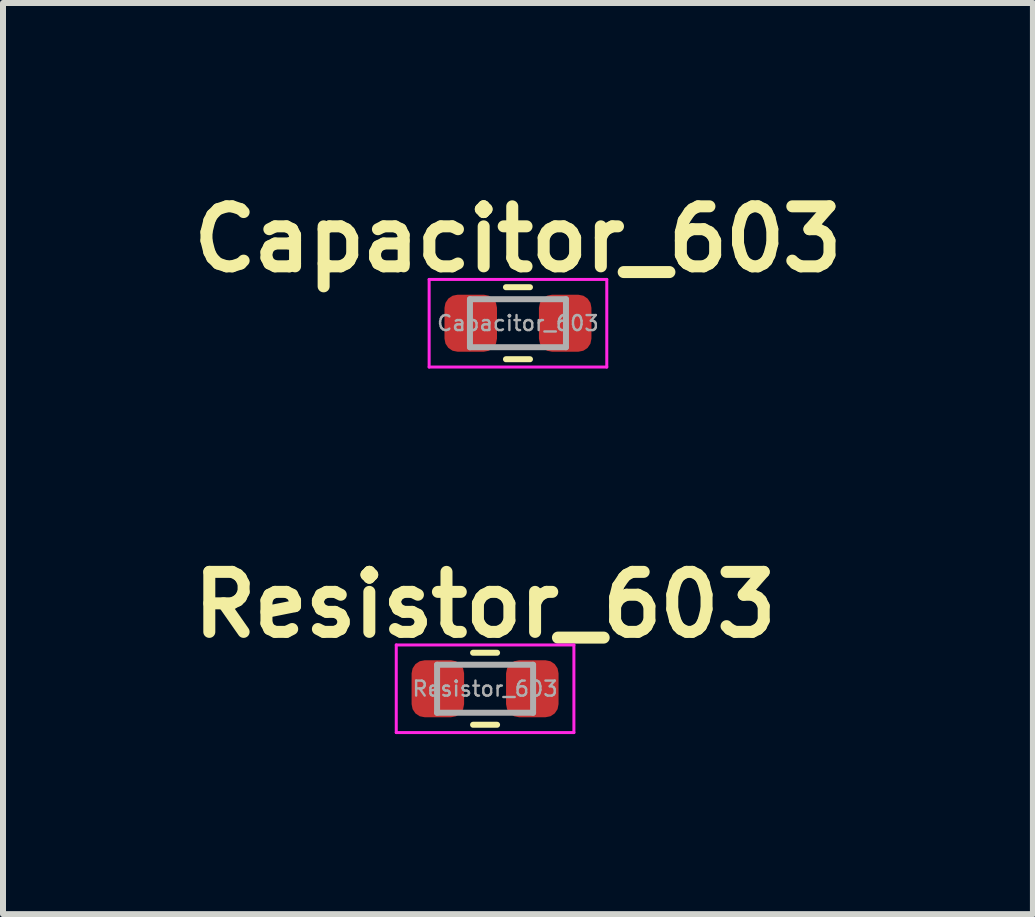
<source format=kicad_pcb>
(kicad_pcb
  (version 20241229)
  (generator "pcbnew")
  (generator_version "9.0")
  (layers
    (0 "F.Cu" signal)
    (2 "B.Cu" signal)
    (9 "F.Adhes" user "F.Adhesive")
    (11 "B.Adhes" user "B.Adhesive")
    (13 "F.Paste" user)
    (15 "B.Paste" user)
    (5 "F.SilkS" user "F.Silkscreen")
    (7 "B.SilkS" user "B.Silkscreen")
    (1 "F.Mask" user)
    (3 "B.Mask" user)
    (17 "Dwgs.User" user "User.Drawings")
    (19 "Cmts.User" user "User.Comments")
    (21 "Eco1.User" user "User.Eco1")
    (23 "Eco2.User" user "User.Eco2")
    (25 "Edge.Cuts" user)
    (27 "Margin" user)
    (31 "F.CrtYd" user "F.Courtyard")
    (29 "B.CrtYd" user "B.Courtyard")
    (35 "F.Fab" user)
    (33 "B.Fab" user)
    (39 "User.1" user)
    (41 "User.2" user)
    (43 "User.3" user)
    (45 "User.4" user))
  (footprint "Capacitor_603"
    (layer "F.Cu")
    (at 5.581 2.336)
    (property "Reference" "Capacitor_603" (at 0 -1.4 0) (layer "F.SilkS") (effects (font (size 1 1) (thickness 0.2))))
    (attr through_hole)
    (fp_line (start -0.2 -0.6) (end 0.2 -0.6) (stroke (width 0.1) (type solid)) (layer "F.SilkS"))
    (fp_line (start -0.2 0.6) (end 0.2 0.6) (stroke (width 0.1) (type solid)) (layer "F.SilkS"))
    (fp_line (start -1.48 -0.73) (end 1.48 -0.73) (stroke (width 0.05) (type solid)) (layer "F.CrtYd"))
    (fp_line (start -1.48 0.73) (end -1.48 -0.73) (stroke (width 0.05) (type solid)) (layer "F.CrtYd"))
    (fp_line (start 1.48 -0.73) (end 1.48 0.73) (stroke (width 0.05) (type solid)) (layer "F.CrtYd"))
    (fp_line (start 1.48 0.73) (end -1.48 0.73) (stroke (width 0.05) (type solid)) (layer "F.CrtYd"))
    (fp_line (start -0.8 -0.4) (end 0.8 -0.4) (stroke (width 0.1) (type solid)) (layer "F.Fab"))
    (fp_line (start -0.8 0.4) (end -0.8 -0.4) (stroke (width 0.1) (type solid)) (layer "F.Fab"))
    (fp_line (start 0.8 -0.4) (end 0.8 0.4) (stroke (width 0.1) (type solid)) (layer "F.Fab"))
    (fp_line (start 0.8 0.4) (end -0.8 0.4) (stroke (width 0.1) (type solid)) (layer "F.Fab"))
    (fp_text user "${REFERENCE}" (at 0 0 0) (layer "F.Fab") (effects (font (size 0.25 0.25) (thickness 0.04))))
    (pad "1" smd roundrect (at -0.787 0) (size 0.875 0.95) (layers "F.Cu" "F.Mask" "F.Paste") (roundrect_rratio 0.25))
    (pad "2" smd roundrect (at 0.787 0) (size 0.875 0.95) (layers "F.Cu" "F.Mask" "F.Paste") (roundrect_rratio 0.25)))
  (footprint "Resistor_603"
    (layer "F.Cu")
    (at 5.033 8.427)
    (property "Reference" "Resistor_603" (at 0 -1.4 0) (layer "F.SilkS") (effects (font (size 1 1) (thickness 0.2))))
    (attr through_hole)
    (fp_line (start -0.2 -0.6) (end 0.2 -0.6) (stroke (width 0.1) (type solid)) (layer "F.SilkS"))
    (fp_line (start -0.2 0.6) (end 0.2 0.6) (stroke (width 0.1) (type solid)) (layer "F.SilkS"))
    (fp_line (start -1.48 -0.73) (end 1.48 -0.73) (stroke (width 0.05) (type solid)) (layer "F.CrtYd"))
    (fp_line (start -1.48 0.73) (end -1.48 -0.73) (stroke (width 0.05) (type solid)) (layer "F.CrtYd"))
    (fp_line (start 1.48 -0.73) (end 1.48 0.73) (stroke (width 0.05) (type solid)) (layer "F.CrtYd"))
    (fp_line (start 1.48 0.73) (end -1.48 0.73) (stroke (width 0.05) (type solid)) (layer "F.CrtYd"))
    (fp_line (start -0.8 -0.4) (end 0.8 -0.4) (stroke (width 0.1) (type solid)) (layer "F.Fab"))
    (fp_line (start -0.8 0.4) (end -0.8 -0.4) (stroke (width 0.1) (type solid)) (layer "F.Fab"))
    (fp_line (start 0.8 -0.4) (end 0.8 0.4) (stroke (width 0.1) (type solid)) (layer "F.Fab"))
    (fp_line (start 0.8 0.4) (end -0.8 0.4) (stroke (width 0.1) (type solid)) (layer "F.Fab"))
    (fp_text user "${REFERENCE}" (at 0 0 0) (layer "F.Fab") (effects (font (size 0.25 0.25) (thickness 0.04))))
    (pad "1" smd roundrect (at -0.787 0) (size 0.875 0.95) (layers "F.Cu" "F.Mask" "F.Paste") (roundrect_rratio 0.25))
    (pad "2" smd roundrect (at 0.787 0) (size 0.875 0.95) (layers "F.Cu" "F.Mask" "F.Paste") (roundrect_rratio 0.25)))
  (gr_rect
    (start -3 -3)
    (end 14.162 12.182)
    (stroke (width 0.1) (type default))
    (fill no)
    (layer "Edge.Cuts")))
</source>
